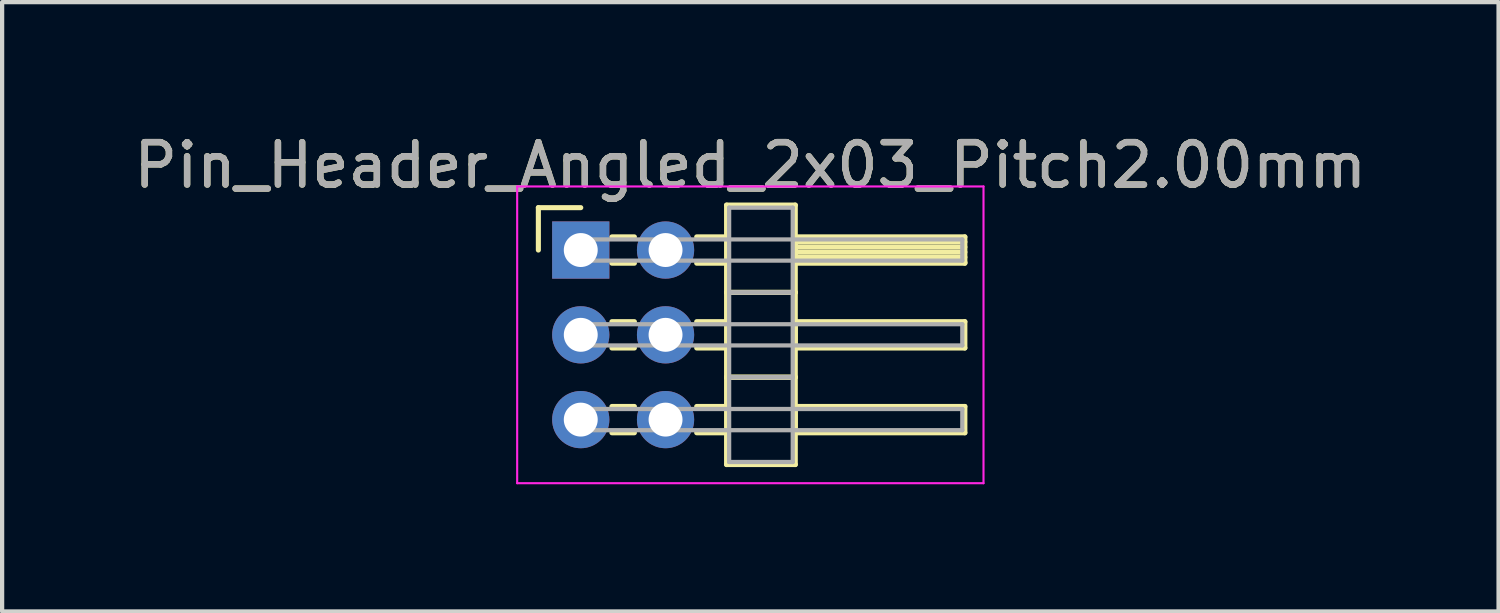
<source format=kicad_pcb>
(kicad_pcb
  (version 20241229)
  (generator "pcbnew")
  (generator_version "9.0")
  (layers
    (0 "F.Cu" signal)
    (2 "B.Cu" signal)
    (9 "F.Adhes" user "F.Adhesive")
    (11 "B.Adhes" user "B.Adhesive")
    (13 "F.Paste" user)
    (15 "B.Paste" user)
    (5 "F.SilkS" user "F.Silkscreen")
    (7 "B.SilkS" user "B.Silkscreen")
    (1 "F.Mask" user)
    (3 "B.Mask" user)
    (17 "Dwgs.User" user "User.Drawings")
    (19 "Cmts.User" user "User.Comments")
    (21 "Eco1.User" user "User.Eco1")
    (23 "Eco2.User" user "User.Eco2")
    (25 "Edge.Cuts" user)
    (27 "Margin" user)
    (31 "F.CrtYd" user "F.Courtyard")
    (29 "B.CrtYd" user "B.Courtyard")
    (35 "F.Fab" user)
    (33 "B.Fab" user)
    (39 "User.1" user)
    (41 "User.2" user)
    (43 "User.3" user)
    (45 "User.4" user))
  (footprint "Pin_Header_Angled_2x03_Pitch2.00mm"
    (layer "F.Cu")
    (at 10.649 2.848)
    (property "Reference" "Pin_Header_Angled_2x03_Pitch2.00mm" (at 4 -2 0) (layer "F.SilkS") (effects (font (size 1 1) (thickness 0.15))))
    (attr through_hole)
    (fp_line (start -1 -1) (end 0 -1) (stroke (width 0.12) (type solid)) (layer "F.SilkS"))
    (fp_line (start -1 0) (end -1 -1) (stroke (width 0.12) (type solid)) (layer "F.SilkS"))
    (fp_line (start 0.735 -0.31) (end 1.265 -0.31) (stroke (width 0.12) (type solid)) (layer "F.SilkS"))
    (fp_line (start 0.735 0.31) (end 1.265 0.31) (stroke (width 0.12) (type solid)) (layer "F.SilkS"))
    (fp_line (start 0.735 1.69) (end 1.265 1.69) (stroke (width 0.12) (type solid)) (layer "F.SilkS"))
    (fp_line (start 0.735 2.31) (end 1.265 2.31) (stroke (width 0.12) (type solid)) (layer "F.SilkS"))
    (fp_line (start 0.735 3.69) (end 1.265 3.69) (stroke (width 0.12) (type solid)) (layer "F.SilkS"))
    (fp_line (start 0.735 4.31) (end 1.265 4.31) (stroke (width 0.12) (type solid)) (layer "F.SilkS"))
    (fp_line (start 2.735 -0.31) (end 3.44 -0.31) (stroke (width 0.12) (type solid)) (layer "F.SilkS"))
    (fp_line (start 2.735 0.31) (end 3.44 0.31) (stroke (width 0.12) (type solid)) (layer "F.SilkS"))
    (fp_line (start 2.735 1.69) (end 3.44 1.69) (stroke (width 0.12) (type solid)) (layer "F.SilkS"))
    (fp_line (start 2.735 2.31) (end 3.44 2.31) (stroke (width 0.12) (type solid)) (layer "F.SilkS"))
    (fp_line (start 2.735 3.69) (end 3.44 3.69) (stroke (width 0.12) (type solid)) (layer "F.SilkS"))
    (fp_line (start 2.735 4.31) (end 3.44 4.31) (stroke (width 0.12) (type solid)) (layer "F.SilkS"))
    (fp_line (start 3.44 -1.06) (end 3.44 1) (stroke (width 0.12) (type solid)) (layer "F.SilkS"))
    (fp_line (start 3.44 1) (end 3.44 3) (stroke (width 0.12) (type solid)) (layer "F.SilkS"))
    (fp_line (start 3.44 1) (end 5.06 1) (stroke (width 0.12) (type solid)) (layer "F.SilkS"))
    (fp_line (start 3.44 3) (end 3.44 5.06) (stroke (width 0.12) (type solid)) (layer "F.SilkS"))
    (fp_line (start 3.44 3) (end 5.06 3) (stroke (width 0.12) (type solid)) (layer "F.SilkS"))
    (fp_line (start 3.44 5.06) (end 5.06 5.06) (stroke (width 0.12) (type solid)) (layer "F.SilkS"))
    (fp_line (start 5.06 -1.06) (end 3.44 -1.06) (stroke (width 0.12) (type solid)) (layer "F.SilkS"))
    (fp_line (start 5.06 -0.31) (end 5.06 0.31) (stroke (width 0.12) (type solid)) (layer "F.SilkS"))
    (fp_line (start 5.06 -0.19) (end 9.06 -0.19) (stroke (width 0.12) (type solid)) (layer "F.SilkS"))
    (fp_line (start 5.06 -0.07) (end 9.06 -0.07) (stroke (width 0.12) (type solid)) (layer "F.SilkS"))
    (fp_line (start 5.06 0.05) (end 9.06 0.05) (stroke (width 0.12) (type solid)) (layer "F.SilkS"))
    (fp_line (start 5.06 0.17) (end 9.06 0.17) (stroke (width 0.12) (type solid)) (layer "F.SilkS"))
    (fp_line (start 5.06 0.29) (end 9.06 0.29) (stroke (width 0.12) (type solid)) (layer "F.SilkS"))
    (fp_line (start 5.06 0.31) (end 9.06 0.31) (stroke (width 0.12) (type solid)) (layer "F.SilkS"))
    (fp_line (start 5.06 1) (end 3.44 1) (stroke (width 0.12) (type solid)) (layer "F.SilkS"))
    (fp_line (start 5.06 1) (end 5.06 -1.06) (stroke (width 0.12) (type solid)) (layer "F.SilkS"))
    (fp_line (start 5.06 1.69) (end 5.06 2.31) (stroke (width 0.12) (type solid)) (layer "F.SilkS"))
    (fp_line (start 5.06 2.31) (end 9.06 2.31) (stroke (width 0.12) (type solid)) (layer "F.SilkS"))
    (fp_line (start 5.06 3) (end 3.44 3) (stroke (width 0.12) (type solid)) (layer "F.SilkS"))
    (fp_line (start 5.06 3) (end 5.06 1) (stroke (width 0.12) (type solid)) (layer "F.SilkS"))
    (fp_line (start 5.06 3.69) (end 5.06 4.31) (stroke (width 0.12) (type solid)) (layer "F.SilkS"))
    (fp_line (start 5.06 4.31) (end 9.06 4.31) (stroke (width 0.12) (type solid)) (layer "F.SilkS"))
    (fp_line (start 5.06 5.06) (end 5.06 3) (stroke (width 0.12) (type solid)) (layer "F.SilkS"))
    (fp_line (start 9.06 -0.31) (end 5.06 -0.31) (stroke (width 0.12) (type solid)) (layer "F.SilkS"))
    (fp_line (start 9.06 0.31) (end 9.06 -0.31) (stroke (width 0.12) (type solid)) (layer "F.SilkS"))
    (fp_line (start 9.06 1.69) (end 5.06 1.69) (stroke (width 0.12) (type solid)) (layer "F.SilkS"))
    (fp_line (start 9.06 2.31) (end 9.06 1.69) (stroke (width 0.12) (type solid)) (layer "F.SilkS"))
    (fp_line (start 9.06 3.69) (end 5.06 3.69) (stroke (width 0.12) (type solid)) (layer "F.SilkS"))
    (fp_line (start 9.06 4.31) (end 9.06 3.69) (stroke (width 0.12) (type solid)) (layer "F.SilkS"))
    (fp_line (start -1.5 -1.5) (end -1.5 5.5) (stroke (width 0.05) (type solid)) (layer "F.CrtYd"))
    (fp_line (start -1.5 5.5) (end 9.5 5.5) (stroke (width 0.05) (type solid)) (layer "F.CrtYd"))
    (fp_line (start 9.5 -1.5) (end -1.5 -1.5) (stroke (width 0.05) (type solid)) (layer "F.CrtYd"))
    (fp_line (start 9.5 5.5) (end 9.5 -1.5) (stroke (width 0.05) (type solid)) (layer "F.CrtYd"))
    (fp_line (start 0 -0.25) (end 0 0.25) (stroke (width 0.1) (type solid)) (layer "F.Fab"))
    (fp_line (start 0 0.25) (end 9 0.25) (stroke (width 0.1) (type solid)) (layer "F.Fab"))
    (fp_line (start 0 1.75) (end 0 2.25) (stroke (width 0.1) (type solid)) (layer "F.Fab"))
    (fp_line (start 0 2.25) (end 9 2.25) (stroke (width 0.1) (type solid)) (layer "F.Fab"))
    (fp_line (start 0 3.75) (end 0 4.25) (stroke (width 0.1) (type solid)) (layer "F.Fab"))
    (fp_line (start 0 4.25) (end 9 4.25) (stroke (width 0.1) (type solid)) (layer "F.Fab"))
    (fp_line (start 3.5 -1) (end 3.5 1) (stroke (width 0.1) (type solid)) (layer "F.Fab"))
    (fp_line (start 3.5 1) (end 3.5 3) (stroke (width 0.1) (type solid)) (layer "F.Fab"))
    (fp_line (start 3.5 1) (end 5 1) (stroke (width 0.1) (type solid)) (layer "F.Fab"))
    (fp_line (start 3.5 3) (end 3.5 5) (stroke (width 0.1) (type solid)) (layer "F.Fab"))
    (fp_line (start 3.5 3) (end 5 3) (stroke (width 0.1) (type solid)) (layer "F.Fab"))
    (fp_line (start 3.5 5) (end 5 5) (stroke (width 0.1) (type solid)) (layer "F.Fab"))
    (fp_line (start 5 -1) (end 3.5 -1) (stroke (width 0.1) (type solid)) (layer "F.Fab"))
    (fp_line (start 5 1) (end 3.5 1) (stroke (width 0.1) (type solid)) (layer "F.Fab"))
    (fp_line (start 5 1) (end 5 -1) (stroke (width 0.1) (type solid)) (layer "F.Fab"))
    (fp_line (start 5 3) (end 3.5 3) (stroke (width 0.1) (type solid)) (layer "F.Fab"))
    (fp_line (start 5 3) (end 5 1) (stroke (width 0.1) (type solid)) (layer "F.Fab"))
    (fp_line (start 5 5) (end 5 3) (stroke (width 0.1) (type solid)) (layer "F.Fab"))
    (fp_line (start 9 -0.25) (end 0 -0.25) (stroke (width 0.1) (type solid)) (layer "F.Fab"))
    (fp_line (start 9 0.25) (end 9 -0.25) (stroke (width 0.1) (type solid)) (layer "F.Fab"))
    (fp_line (start 9 1.75) (end 0 1.75) (stroke (width 0.1) (type solid)) (layer "F.Fab"))
    (fp_line (start 9 2.25) (end 9 1.75) (stroke (width 0.1) (type solid)) (layer "F.Fab"))
    (fp_line (start 9 3.75) (end 0 3.75) (stroke (width 0.1) (type solid)) (layer "F.Fab"))
    (fp_line (start 9 4.25) (end 9 3.75) (stroke (width 0.1) (type solid)) (layer "F.Fab"))
    (fp_text user "${REFERENCE}" (at 4 -2 0) (layer "F.Fab") (effects (font (size 1 1) (thickness 0.15))))
    (pad "1" thru_hole rect (at 0 0) (size 1.35 1.35) (drill 0.8) (layers "*.Cu" "*.Mask"))
    (pad "2" thru_hole oval (at 2 0) (size 1.35 1.35) (drill 0.8) (layers "*.Cu" "*.Mask"))
    (pad "3" thru_hole oval (at 0 2) (size 1.35 1.35) (drill 0.8) (layers "*.Cu" "*.Mask"))
    (pad "4" thru_hole oval (at 2 2) (size 1.35 1.35) (drill 0.8) (layers "*.Cu" "*.Mask"))
    (pad "5" thru_hole oval (at 0 4) (size 1.35 1.35) (drill 0.8) (layers "*.Cu" "*.Mask"))
    (pad "6" thru_hole oval (at 2 4) (size 1.35 1.35) (drill 0.8) (layers "*.Cu" "*.Mask")))
  (gr_rect
    (start -3 -3)
    (end 32.298 11.373)
    (stroke (width 0.1) (type default))
    (fill no)
    (layer "Edge.Cuts")))
</source>
